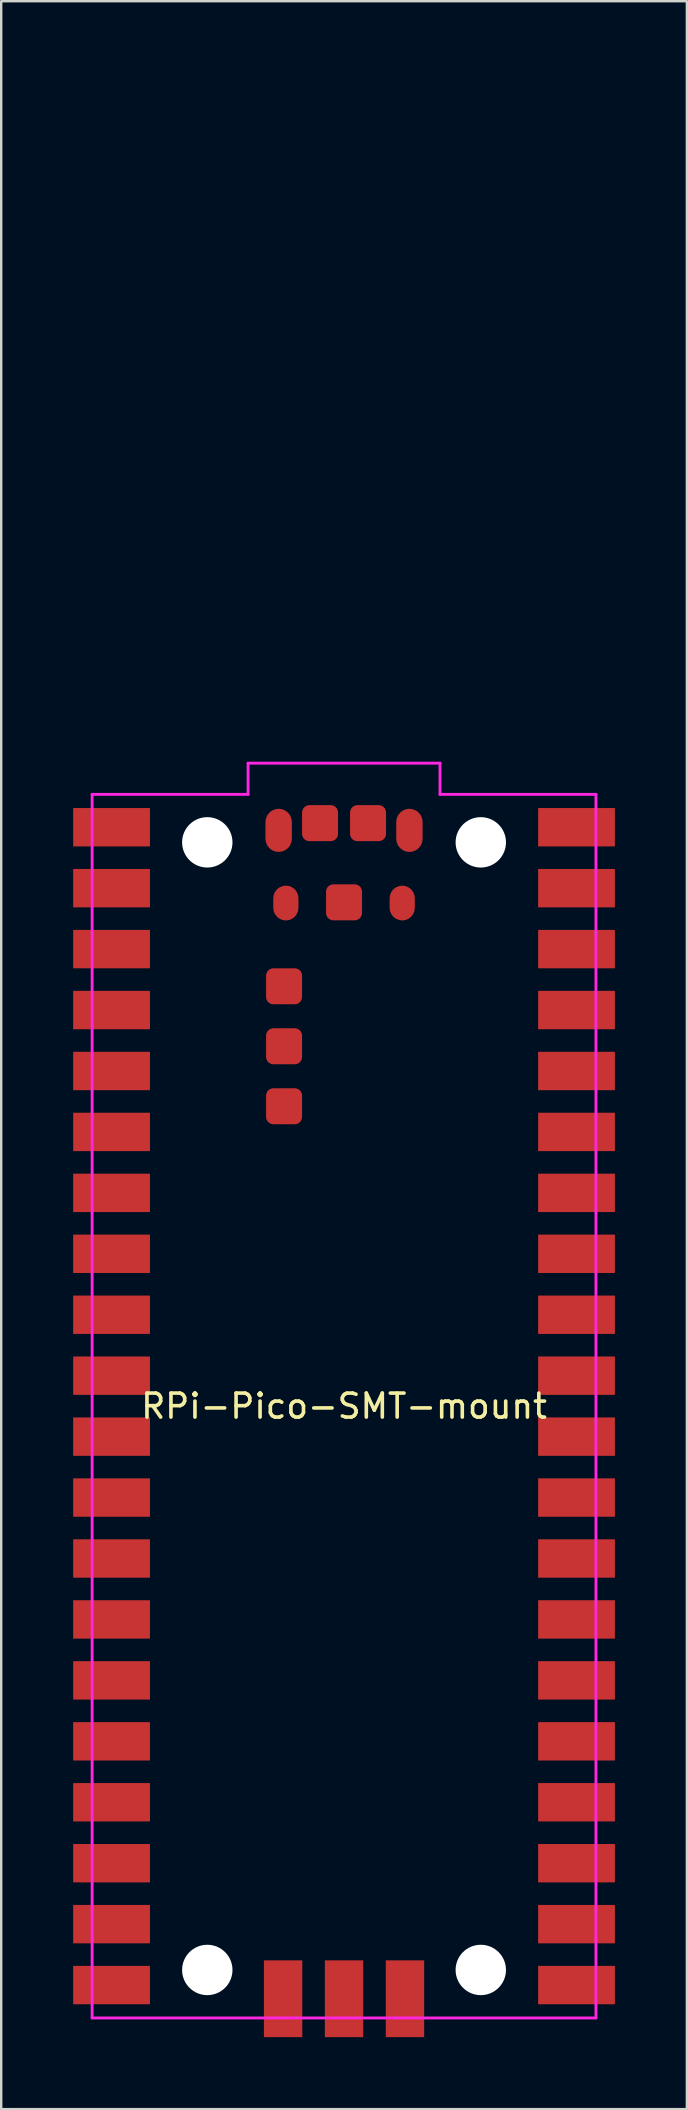
<source format=kicad_pcb>
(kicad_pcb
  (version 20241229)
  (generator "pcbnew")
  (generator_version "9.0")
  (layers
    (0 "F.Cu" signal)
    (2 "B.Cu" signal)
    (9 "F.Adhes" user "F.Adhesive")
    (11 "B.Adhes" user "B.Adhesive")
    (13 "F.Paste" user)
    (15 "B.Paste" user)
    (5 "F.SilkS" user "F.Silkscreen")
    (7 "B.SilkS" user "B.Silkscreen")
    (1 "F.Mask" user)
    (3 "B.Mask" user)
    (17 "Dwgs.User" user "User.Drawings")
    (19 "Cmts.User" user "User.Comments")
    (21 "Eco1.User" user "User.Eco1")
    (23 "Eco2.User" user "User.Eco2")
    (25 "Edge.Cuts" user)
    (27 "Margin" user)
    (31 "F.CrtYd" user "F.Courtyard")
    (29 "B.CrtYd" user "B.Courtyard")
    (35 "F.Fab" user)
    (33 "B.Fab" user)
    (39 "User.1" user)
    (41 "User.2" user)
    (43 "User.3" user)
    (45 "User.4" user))
  (footprint "RPi-Pico-SMT-mount"
    (layer "F.Cu")
    (at 0.79 81.06)
    (property "Reference" "RPi-Pico-SMT-mount" (at 10.5 -25.5 0) (layer "F.SilkS") (effects (font (size 1 1) (thickness 0.15))))
    (attr smd)
    (fp_line (start 3 -81) (end 18 -81) (stroke (width 0.12) (type solid)) (layer "Eco1.User"))
    (fp_line (start 3 -51) (end 3 -81) (stroke (width 0.12) (type solid)) (layer "Eco1.User"))
    (fp_line (start 18 -81) (end 18 -51) (stroke (width 0.12) (type solid)) (layer "Eco1.User"))
    (fp_line (start 0 -51) (end 0 0) (stroke (width 0.12) (type solid)) (layer "F.CrtYd"))
    (fp_line (start 0 0) (end 21 0) (stroke (width 0.12) (type solid)) (layer "F.CrtYd"))
    (fp_line (start 6.5 -52.3) (end 6.5 -51) (stroke (width 0.12) (type solid)) (layer "F.CrtYd"))
    (fp_line (start 6.5 -51) (end 0 -51) (stroke (width 0.12) (type solid)) (layer "F.CrtYd"))
    (fp_line (start 14.5 -52.3) (end 6.5 -52.3) (stroke (width 0.12) (type solid)) (layer "F.CrtYd"))
    (fp_line (start 14.5 -51) (end 14.5 -52.3) (stroke (width 0.12) (type solid)) (layer "F.CrtYd"))
    (fp_line (start 21 -51) (end 14.5 -51) (stroke (width 0.12) (type solid)) (layer "F.CrtYd"))
    (fp_line (start 21 0) (end 21 -51) (stroke (width 0.12) (type solid)) (layer "F.CrtYd"))
    (pad "" np_thru_hole circle (at 4.8 -49) (size 2.1 2.1) (drill 2.1) (layers "*.Cu" "*.Mask"))
    (pad "" np_thru_hole circle (at 4.8 -2) (size 2.1 2.1) (drill 2.1) (layers "*.Cu" "*.Mask"))
    (pad "" np_thru_hole circle (at 16.2 -49) (size 2.1 2.1) (drill 2.1) (layers "*.Cu" "*.Mask"))
    (pad "" np_thru_hole circle (at 16.2 -2) (size 2.1 2.1) (drill 2.1) (layers "*.Cu" "*.Mask"))
    (pad "1" smd rect (at 0.81 -49.63) (size 3.2 1.6) (layers "F.Cu" "F.Mask" "F.Paste"))
    (pad "2" smd rect (at 0.81 -47.09) (size 3.2 1.6) (layers "F.Cu" "F.Mask" "F.Paste"))
    (pad "3" smd rect (at 0.81 -44.55) (size 3.2 1.6) (layers "F.Cu" "F.Mask" "F.Paste"))
    (pad "4" smd rect (at 0.81 -42.01) (size 3.2 1.6) (layers "F.Cu" "F.Mask" "F.Paste"))
    (pad "5" smd rect (at 0.81 -39.47) (size 3.2 1.6) (layers "F.Cu" "F.Mask" "F.Paste"))
    (pad "6" smd rect (at 0.81 -36.93) (size 3.2 1.6) (layers "F.Cu" "F.Mask" "F.Paste"))
    (pad "7" smd rect (at 0.81 -34.39) (size 3.2 1.6) (layers "F.Cu" "F.Mask" "F.Paste"))
    (pad "8" smd rect (at 0.81 -31.85) (size 3.2 1.6) (layers "F.Cu" "F.Mask" "F.Paste"))
    (pad "9" smd rect (at 0.81 -29.31) (size 3.2 1.6) (layers "F.Cu" "F.Mask" "F.Paste"))
    (pad "10" smd rect (at 0.81 -26.77) (size 3.2 1.6) (layers "F.Cu" "F.Mask" "F.Paste"))
    (pad "11" smd rect (at 0.81 -24.23) (size 3.2 1.6) (layers "F.Cu" "F.Mask" "F.Paste"))
    (pad "12" smd rect (at 0.81 -21.69) (size 3.2 1.6) (layers "F.Cu" "F.Mask" "F.Paste"))
    (pad "13" smd rect (at 0.81 -19.15) (size 3.2 1.6) (layers "F.Cu" "F.Mask" "F.Paste"))
    (pad "14" smd rect (at 0.81 -16.61) (size 3.2 1.6) (layers "F.Cu" "F.Mask" "F.Paste"))
    (pad "15" smd rect (at 0.81 -14.07) (size 3.2 1.6) (layers "F.Cu" "F.Mask" "F.Paste"))
    (pad "16" smd rect (at 0.81 -11.53) (size 3.2 1.6) (layers "F.Cu" "F.Mask" "F.Paste"))
    (pad "17" smd rect (at 0.81 -8.99) (size 3.2 1.6) (layers "F.Cu" "F.Mask" "F.Paste"))
    (pad "18" smd rect (at 0.81 -6.45) (size 3.2 1.6) (layers "F.Cu" "F.Mask" "F.Paste"))
    (pad "19" smd rect (at 0.81 -3.91) (size 3.2 1.6) (layers "F.Cu" "F.Mask" "F.Paste"))
    (pad "20" smd rect (at 0.81 -1.37) (size 3.2 1.6) (layers "F.Cu" "F.Mask" "F.Paste"))
    (pad "21" smd rect (at 20.19 -1.37) (size 3.2 1.6) (layers "F.Cu" "F.Mask" "F.Paste"))
    (pad "22" smd rect (at 20.19 -3.91) (size 3.2 1.6) (layers "F.Cu" "F.Mask" "F.Paste"))
    (pad "23" smd rect (at 20.19 -6.45) (size 3.2 1.6) (layers "F.Cu" "F.Mask" "F.Paste"))
    (pad "24" smd rect (at 20.19 -8.99) (size 3.2 1.6) (layers "F.Cu" "F.Mask" "F.Paste"))
    (pad "25" smd rect (at 20.19 -11.53) (size 3.2 1.6) (layers "F.Cu" "F.Mask" "F.Paste"))
    (pad "26" smd rect (at 20.19 -14.07) (size 3.2 1.6) (layers "F.Cu" "F.Mask" "F.Paste"))
    (pad "27" smd rect (at 20.19 -16.61) (size 3.2 1.6) (layers "F.Cu" "F.Mask" "F.Paste"))
    (pad "28" smd rect (at 20.19 -19.15) (size 3.2 1.6) (layers "F.Cu" "F.Mask" "F.Paste"))
    (pad "29" smd rect (at 20.19 -21.69) (size 3.2 1.6) (layers "F.Cu" "F.Mask" "F.Paste"))
    (pad "30" smd rect (at 20.19 -24.23) (size 3.2 1.6) (layers "F.Cu" "F.Mask" "F.Paste"))
    (pad "31" smd rect (at 20.19 -26.77) (size 3.2 1.6) (layers "F.Cu" "F.Mask" "F.Paste"))
    (pad "32" smd rect (at 20.19 -29.31) (size 3.2 1.6) (layers "F.Cu" "F.Mask" "F.Paste"))
    (pad "33" smd rect (at 20.19 -31.85) (size 3.2 1.6) (layers "F.Cu" "F.Mask" "F.Paste"))
    (pad "34" smd rect (at 20.19 -34.39) (size 3.2 1.6) (layers "F.Cu" "F.Mask" "F.Paste"))
    (pad "35" smd rect (at 20.19 -36.93) (size 3.2 1.6) (layers "F.Cu" "F.Mask" "F.Paste"))
    (pad "36" smd rect (at 20.19 -39.47) (size 3.2 1.6) (layers "F.Cu" "F.Mask" "F.Paste"))
    (pad "37" smd rect (at 20.19 -42.01) (size 3.2 1.6) (layers "F.Cu" "F.Mask" "F.Paste"))
    (pad "38" smd rect (at 20.19 -44.55) (size 3.2 1.6) (layers "F.Cu" "F.Mask" "F.Paste"))
    (pad "39" smd rect (at 20.19 -47.09) (size 3.2 1.6) (layers "F.Cu" "F.Mask" "F.Paste"))
    (pad "40" smd rect (at 20.19 -49.63) (size 3.2 1.6) (layers "F.Cu" "F.Mask" "F.Paste"))
    (pad "A" smd roundrect (at 7.775 -49.5) (size 1.1 1.8) (layers "F.Cu" "F.Mask" "F.Paste") (roundrect_rratio 0.5))
    (pad "B" smd roundrect (at 13.225 -49.5) (size 1.1 1.8) (layers "F.Cu" "F.Mask" "F.Paste") (roundrect_rratio 0.5))
    (pad "C" smd roundrect (at 8.075 -46.47) (size 1.05 1.45) (layers "F.Cu" "F.Mask" "F.Paste") (roundrect_rratio 0.5))
    (pad "D" smd roundrect (at 12.925 -46.47) (size 1.05 1.45) (layers "F.Cu" "F.Mask" "F.Paste") (roundrect_rratio 0.5))
    (pad "D1" smd rect (at 7.96 -0.8) (size 1.6 3.2) (layers "F.Cu" "F.Mask" "F.Paste"))
    (pad "D2" smd rect (at 10.5 -0.8) (size 1.6 3.2) (layers "F.Cu" "F.Mask" "F.Paste"))
    (pad "D3" smd rect (at 13.04 -0.8) (size 1.6 3.2) (layers "F.Cu" "F.Mask" "F.Paste"))
    (pad "TP1" smd roundrect (at 10.5 -46.5) (size 1.5 1.5) (layers "F.Cu" "F.Mask" "F.Paste") (roundrect_rratio 0.2))
    (pad "TP2" smd roundrect (at 11.5 -49.8) (size 1.5 1.5) (layers "F.Cu" "F.Mask" "F.Paste") (roundrect_rratio 0.2))
    (pad "TP3" smd roundrect (at 9.5 -49.8) (size 1.5 1.5) (layers "F.Cu" "F.Mask" "F.Paste") (roundrect_rratio 0.2))
    (pad "TP4" smd roundrect (at 8 -43) (size 1.5 1.5) (layers "F.Cu" "F.Mask" "F.Paste") (roundrect_rratio 0.2))
    (pad "TP5" smd roundrect (at 8 -40.5) (size 1.5 1.5) (layers "F.Cu" "F.Mask" "F.Paste") (roundrect_rratio 0.2))
    (pad "TP6" smd roundrect (at 8 -38) (size 1.5 1.5) (layers "F.Cu" "F.Mask" "F.Paste") (roundrect_rratio 0.2)))
  (gr_rect
    (start -3 -3)
    (end 25.58 84.86)
    (stroke (width 0.1) (type default))
    (fill no)
    (layer "Edge.Cuts")))
</source>
